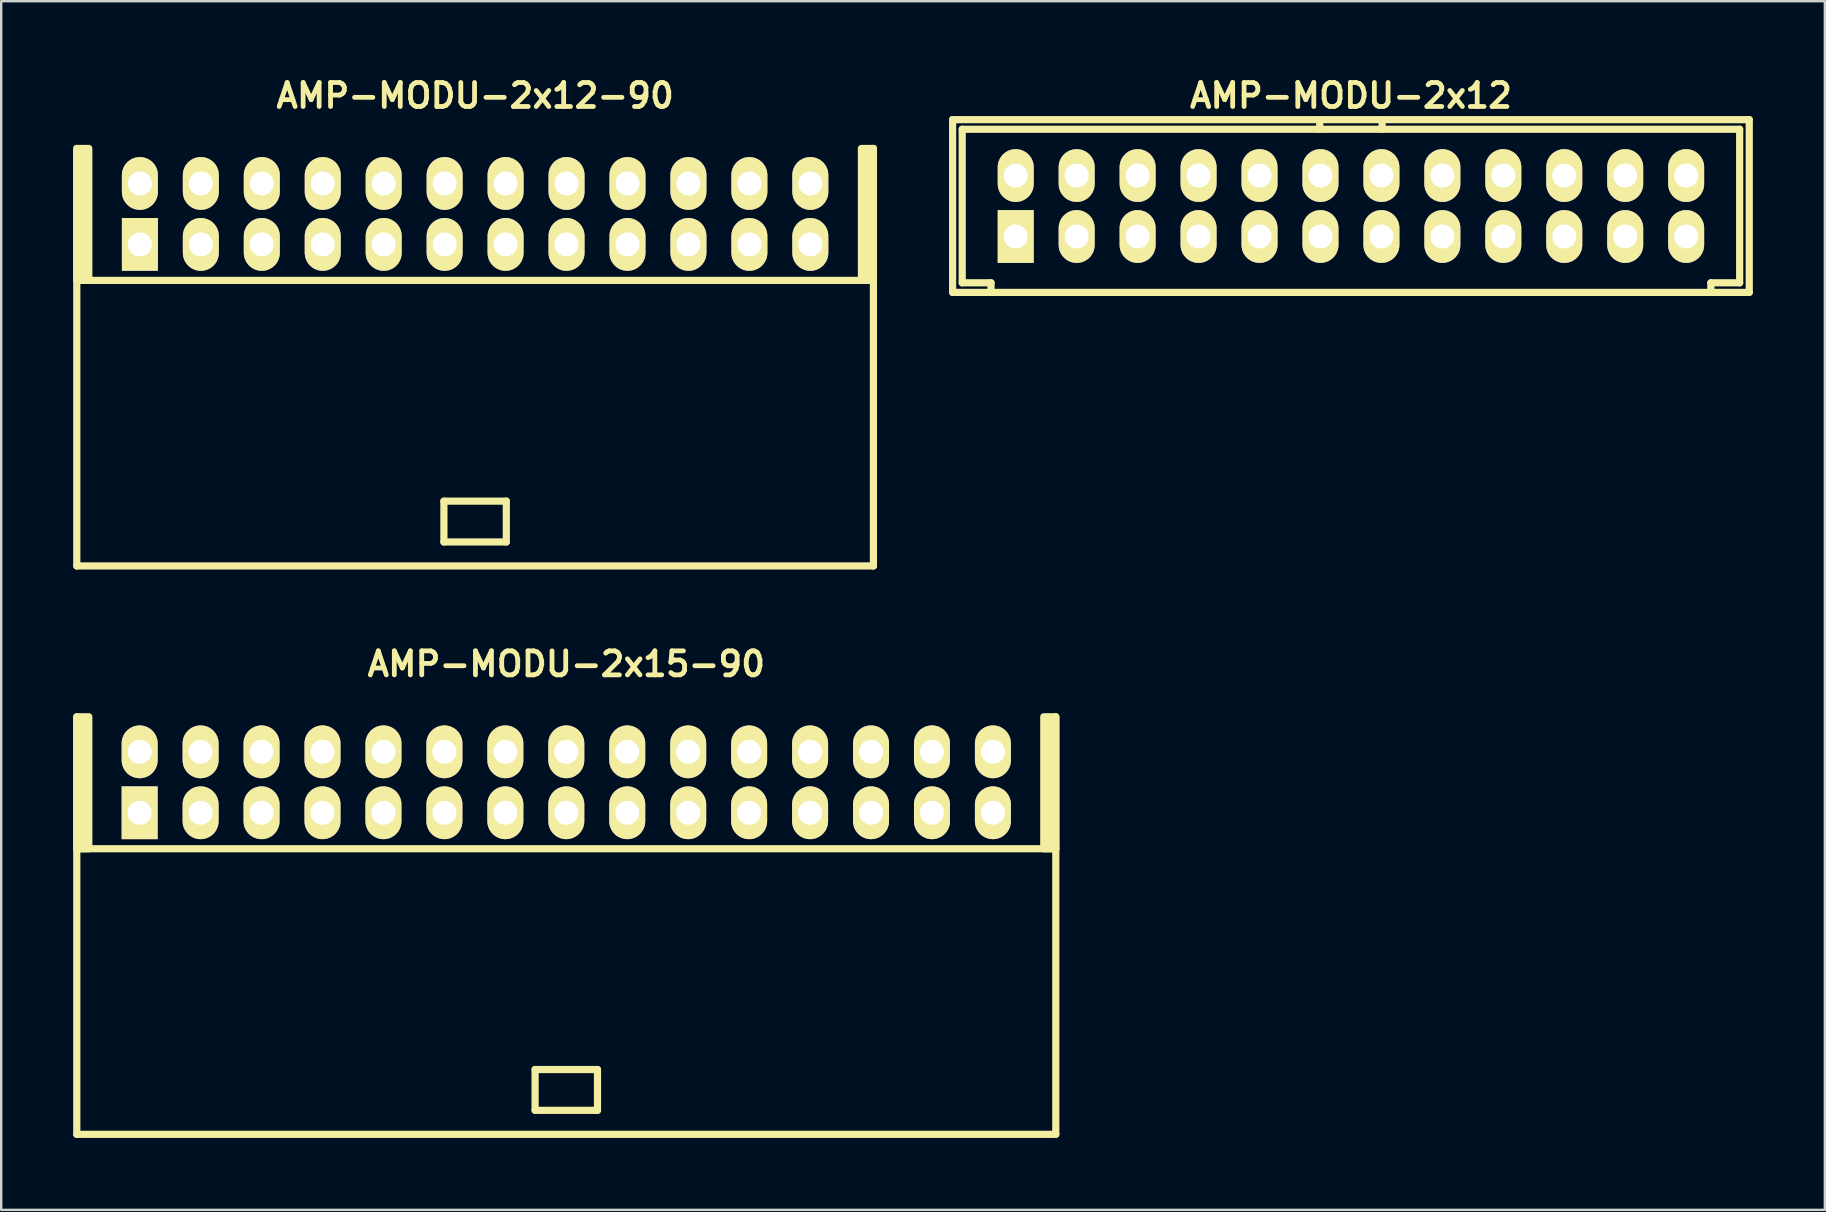
<source format=kicad_pcb>
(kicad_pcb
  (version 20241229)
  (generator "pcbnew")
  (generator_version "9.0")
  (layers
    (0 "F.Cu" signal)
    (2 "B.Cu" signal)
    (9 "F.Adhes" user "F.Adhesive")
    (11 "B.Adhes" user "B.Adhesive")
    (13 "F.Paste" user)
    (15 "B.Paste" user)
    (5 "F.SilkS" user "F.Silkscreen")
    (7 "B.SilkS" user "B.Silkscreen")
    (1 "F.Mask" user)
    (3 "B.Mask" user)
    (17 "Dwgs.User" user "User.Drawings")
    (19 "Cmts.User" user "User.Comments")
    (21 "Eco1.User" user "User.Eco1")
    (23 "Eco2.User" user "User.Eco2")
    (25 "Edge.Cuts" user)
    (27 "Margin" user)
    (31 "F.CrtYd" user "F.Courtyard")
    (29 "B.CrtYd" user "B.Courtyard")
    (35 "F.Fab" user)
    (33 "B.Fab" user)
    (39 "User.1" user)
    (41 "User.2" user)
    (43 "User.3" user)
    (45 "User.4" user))
  (footprint "AMP-MODU-2x12-90"
    (layer "F.Cu")
    (at 16.75 7.136)
    (property "Reference" "AMP-MODU-2x12-90" (at 0 -6.2 0) (layer "F.SilkS") (effects (font (size 1 1) (thickness 0.2))))
    (attr through_hole)
    (fp_line (start -16.6 -4) (end -16.6 13.4) (stroke (width 0.3) (type solid)) (layer "F.SilkS"))
    (fp_line (start -16.6 1.5) (end 16.6 1.5) (stroke (width 0.3) (type solid)) (layer "F.SilkS"))
    (fp_line (start -1.3 10.7) (end -1.3 12.4) (stroke (width 0.3) (type solid)) (layer "F.SilkS"))
    (fp_line (start -1.3 10.7) (end 1.3 10.7) (stroke (width 0.3) (type solid)) (layer "F.SilkS"))
    (fp_line (start -1.3 12.4) (end 1.3 12.4) (stroke (width 0.3) (type solid)) (layer "F.SilkS"))
    (fp_line (start 1.3 10.7) (end 1.3 12.4) (stroke (width 0.3) (type solid)) (layer "F.SilkS"))
    (fp_line (start 16.6 -4) (end 16.6 13.4) (stroke (width 0.3) (type solid)) (layer "F.SilkS"))
    (fp_line (start 16.6 13.4) (end -16.6 13.4) (stroke (width 0.3) (type solid)) (layer "F.SilkS"))
    (fp_poly (pts (xy -16.1 1.5) (xy -16.6 1.5) (xy -16.6 -4) (xy -16.1 -4)) (stroke (width 0.3) (type solid)) (fill yes) (layer "F.SilkS"))
    (fp_poly (pts (xy 16.6 1.5) (xy 16.1 1.5) (xy 16.1 -4) (xy 16.6 -4)) (stroke (width 0.3) (type solid)) (fill yes) (layer "F.SilkS"))
    (pad "1" thru_hole rect (at -13.97 0) (size 1.5 2.2) (drill 1) (layers "*.Cu" "*.Mask" "F.SilkS"))
    (pad "2" thru_hole oval (at -13.97 -2.54) (size 1.5 2.2) (drill 1) (layers "*.Cu" "*.Mask" "F.SilkS"))
    (pad "3" thru_hole oval (at -11.43 0) (size 1.5 2.2) (drill 1) (layers "*.Cu" "*.Mask" "F.SilkS"))
    (pad "4" thru_hole oval (at -11.43 -2.54) (size 1.5 2.2) (drill 1) (layers "*.Cu" "*.Mask" "F.SilkS"))
    (pad "5" thru_hole oval (at -8.89 0) (size 1.5 2.2) (drill 1) (layers "*.Cu" "*.Mask" "F.SilkS"))
    (pad "6" thru_hole oval (at -8.89 -2.54) (size 1.5 2.2) (drill 1) (layers "*.Cu" "*.Mask" "F.SilkS"))
    (pad "7" thru_hole oval (at -6.35 0) (size 1.5 2.2) (drill 1) (layers "*.Cu" "*.Mask" "F.SilkS"))
    (pad "8" thru_hole oval (at -6.35 -2.54) (size 1.5 2.2) (drill 1) (layers "*.Cu" "*.Mask" "F.SilkS"))
    (pad "9" thru_hole oval (at -3.81 0) (size 1.5 2.2) (drill 1) (layers "*.Cu" "*.Mask" "F.SilkS"))
    (pad "10" thru_hole oval (at -3.81 -2.54) (size 1.5 2.2) (drill 1) (layers "*.Cu" "*.Mask" "F.SilkS"))
    (pad "11" thru_hole oval (at -1.27 0) (size 1.5 2.2) (drill 1) (layers "*.Cu" "*.Mask" "F.SilkS"))
    (pad "12" thru_hole oval (at -1.27 -2.54) (size 1.5 2.2) (drill 1) (layers "*.Cu" "*.Mask" "F.SilkS"))
    (pad "13" thru_hole oval (at 1.27 0) (size 1.5 2.2) (drill 1) (layers "*.Cu" "*.Mask" "F.SilkS"))
    (pad "14" thru_hole oval (at 1.27 -2.54) (size 1.5 2.2) (drill 1) (layers "*.Cu" "*.Mask" "F.SilkS"))
    (pad "15" thru_hole oval (at 3.81 0) (size 1.5 2.2) (drill 1) (layers "*.Cu" "*.Mask" "F.SilkS"))
    (pad "16" thru_hole oval (at 3.81 -2.54) (size 1.5 2.2) (drill 1) (layers "*.Cu" "*.Mask" "F.SilkS"))
    (pad "17" thru_hole oval (at 6.35 0) (size 1.5 2.2) (drill 1) (layers "*.Cu" "*.Mask" "F.SilkS"))
    (pad "18" thru_hole oval (at 6.35 -2.54) (size 1.5 2.2) (drill 1) (layers "*.Cu" "*.Mask" "F.SilkS"))
    (pad "19" thru_hole oval (at 8.89 0) (size 1.5 2.2) (drill 1) (layers "*.Cu" "*.Mask" "F.SilkS"))
    (pad "20" thru_hole oval (at 8.89 -2.54) (size 1.5 2.2) (drill 1) (layers "*.Cu" "*.Mask" "F.SilkS"))
    (pad "21" thru_hole oval (at 11.43 0) (size 1.5 2.2) (drill 1) (layers "*.Cu" "*.Mask" "F.SilkS"))
    (pad "22" thru_hole oval (at 11.43 -2.54) (size 1.5 2.2) (drill 1) (layers "*.Cu" "*.Mask" "F.SilkS"))
    (pad "23" thru_hole oval (at 13.97 0) (size 1.5 2.2) (drill 1) (layers "*.Cu" "*.Mask" "F.SilkS"))
    (pad "24" thru_hole oval (at 13.97 -2.54) (size 1.5 2.2) (drill 1) (layers "*.Cu" "*.Mask" "F.SilkS")))
  (footprint "AMP-MODU-2x12"
    (layer "F.Cu")
    (at 53.25 5.536)
    (property "Reference" "AMP-MODU-2x12" (at 0 -4.6 0) (layer "F.SilkS") (effects (font (size 1 1) (thickness 0.2))))
    (attr through_hole)
    (fp_line (start -16.6 -3.6) (end 16.6 -3.6) (stroke (width 0.3) (type solid)) (layer "F.SilkS"))
    (fp_line (start -16.6 3.6) (end -16.6 -3.6) (stroke (width 0.3) (type solid)) (layer "F.SilkS"))
    (fp_line (start -16.2 -3.2) (end -16.2 3.2) (stroke (width 0.3) (type solid)) (layer "F.SilkS"))
    (fp_line (start -15 3.2) (end -16.2 3.2) (stroke (width 0.3) (type solid)) (layer "F.SilkS"))
    (fp_line (start -15 3.2) (end -15 3.6) (stroke (width 0.3) (type solid)) (layer "F.SilkS"))
    (fp_line (start -1.3 -3.2) (end -1.3 -3.6) (stroke (width 0.3) (type solid)) (layer "F.SilkS"))
    (fp_line (start 1.3 -3.6) (end 1.3 -3.2) (stroke (width 0.3) (type solid)) (layer "F.SilkS"))
    (fp_line (start 15 3.6) (end 15 3.2) (stroke (width 0.3) (type solid)) (layer "F.SilkS"))
    (fp_line (start 16.2 -3.2) (end -16.2 -3.2) (stroke (width 0.3) (type solid)) (layer "F.SilkS"))
    (fp_line (start 16.2 3.2) (end 15 3.2) (stroke (width 0.3) (type solid)) (layer "F.SilkS"))
    (fp_line (start 16.2 3.2) (end 16.2 -3.2) (stroke (width 0.3) (type solid)) (layer "F.SilkS"))
    (fp_line (start 16.6 -3.6) (end 16.6 3.6) (stroke (width 0.3) (type solid)) (layer "F.SilkS"))
    (fp_line (start 16.6 3.6) (end -16.6 3.6) (stroke (width 0.3) (type solid)) (layer "F.SilkS"))
    (pad "1" thru_hole rect (at -13.97 1.27) (size 1.5 2.2) (drill 1) (layers "*.Cu" "*.Mask" "F.SilkS"))
    (pad "2" thru_hole oval (at -13.97 -1.27) (size 1.5 2.2) (drill 1) (layers "*.Cu" "*.Mask" "F.SilkS"))
    (pad "3" thru_hole oval (at -11.43 1.27) (size 1.5 2.2) (drill 1) (layers "*.Cu" "*.Mask" "F.SilkS"))
    (pad "4" thru_hole oval (at -11.43 -1.27) (size 1.5 2.2) (drill 1) (layers "*.Cu" "*.Mask" "F.SilkS"))
    (pad "5" thru_hole oval (at -8.89 1.27) (size 1.5 2.2) (drill 1) (layers "*.Cu" "*.Mask" "F.SilkS"))
    (pad "6" thru_hole oval (at -8.89 -1.27) (size 1.5 2.2) (drill 1) (layers "*.Cu" "*.Mask" "F.SilkS"))
    (pad "7" thru_hole oval (at -6.35 1.27) (size 1.5 2.2) (drill 1) (layers "*.Cu" "*.Mask" "F.SilkS"))
    (pad "8" thru_hole oval (at -6.35 -1.27) (size 1.5 2.2) (drill 1) (layers "*.Cu" "*.Mask" "F.SilkS"))
    (pad "9" thru_hole oval (at -3.81 1.27) (size 1.5 2.2) (drill 1) (layers "*.Cu" "*.Mask" "F.SilkS"))
    (pad "10" thru_hole oval (at -3.81 -1.27) (size 1.5 2.2) (drill 1) (layers "*.Cu" "*.Mask" "F.SilkS"))
    (pad "11" thru_hole oval (at -1.27 1.27) (size 1.5 2.2) (drill 1) (layers "*.Cu" "*.Mask" "F.SilkS"))
    (pad "12" thru_hole oval (at -1.27 -1.27) (size 1.5 2.2) (drill 1) (layers "*.Cu" "*.Mask" "F.SilkS"))
    (pad "13" thru_hole oval (at 1.27 1.27) (size 1.5 2.2) (drill 1) (layers "*.Cu" "*.Mask" "F.SilkS"))
    (pad "14" thru_hole oval (at 1.27 -1.27) (size 1.5 2.2) (drill 1) (layers "*.Cu" "*.Mask" "F.SilkS"))
    (pad "15" thru_hole oval (at 3.81 1.27) (size 1.5 2.2) (drill 1) (layers "*.Cu" "*.Mask" "F.SilkS"))
    (pad "16" thru_hole oval (at 3.81 -1.27) (size 1.5 2.2) (drill 1) (layers "*.Cu" "*.Mask" "F.SilkS"))
    (pad "17" thru_hole oval (at 6.35 1.27) (size 1.5 2.2) (drill 1) (layers "*.Cu" "*.Mask" "F.SilkS"))
    (pad "18" thru_hole oval (at 6.35 -1.27) (size 1.5 2.2) (drill 1) (layers "*.Cu" "*.Mask" "F.SilkS"))
    (pad "19" thru_hole oval (at 8.89 1.27) (size 1.5 2.2) (drill 1) (layers "*.Cu" "*.Mask" "F.SilkS"))
    (pad "20" thru_hole oval (at 8.89 -1.27) (size 1.5 2.2) (drill 1) (layers "*.Cu" "*.Mask" "F.SilkS"))
    (pad "21" thru_hole oval (at 11.43 1.27) (size 1.5 2.2) (drill 1) (layers "*.Cu" "*.Mask" "F.SilkS"))
    (pad "22" thru_hole oval (at 11.43 -1.27) (size 1.5 2.2) (drill 1) (layers "*.Cu" "*.Mask" "F.SilkS"))
    (pad "23" thru_hole oval (at 13.97 1.27) (size 1.5 2.2) (drill 1) (layers "*.Cu" "*.Mask" "F.SilkS"))
    (pad "24" thru_hole oval (at 13.97 -1.27) (size 1.5 2.2) (drill 1) (layers "*.Cu" "*.Mask" "F.SilkS")))
  (footprint "AMP-MODU-2x15-90"
    (layer "F.Cu")
    (at 20.55 30.822)
    (property "Reference" "AMP-MODU-2x15-90" (at 0 -6.2 0) (layer "F.SilkS") (effects (font (size 1 1) (thickness 0.2))))
    (attr through_hole)
    (fp_line (start -20.4 -4) (end -20.4 13.4) (stroke (width 0.3) (type solid)) (layer "F.SilkS"))
    (fp_line (start -20.4 1.5) (end 20.4 1.5) (stroke (width 0.3) (type solid)) (layer "F.SilkS"))
    (fp_line (start -1.3 10.7) (end -1.3 12.4) (stroke (width 0.3) (type solid)) (layer "F.SilkS"))
    (fp_line (start -1.3 10.7) (end 1.3 10.7) (stroke (width 0.3) (type solid)) (layer "F.SilkS"))
    (fp_line (start -1.3 12.4) (end 1.3 12.4) (stroke (width 0.3) (type solid)) (layer "F.SilkS"))
    (fp_line (start 1.3 10.7) (end 1.3 12.4) (stroke (width 0.3) (type solid)) (layer "F.SilkS"))
    (fp_line (start 20.4 -4) (end 20.4 13.4) (stroke (width 0.3) (type solid)) (layer "F.SilkS"))
    (fp_line (start 20.4 13.4) (end -20.4 13.4) (stroke (width 0.3) (type solid)) (layer "F.SilkS"))
    (fp_poly (pts (xy -19.9 1.5) (xy -20.4 1.5) (xy -20.4 -4) (xy -19.9 -4)) (stroke (width 0.3) (type solid)) (fill yes) (layer "F.SilkS"))
    (fp_poly (pts (xy 20.4 1.5) (xy 19.9 1.5) (xy 19.9 -4) (xy 20.4 -4)) (stroke (width 0.3) (type solid)) (fill yes) (layer "F.SilkS"))
    (pad "1" thru_hole rect (at -17.78 0) (size 1.5 2.2) (drill 1) (layers "*.Cu" "*.Mask" "F.SilkS"))
    (pad "2" thru_hole oval (at -17.78 -2.54) (size 1.5 2.2) (drill 1) (layers "*.Cu" "*.Mask" "F.SilkS"))
    (pad "3" thru_hole oval (at -15.24 0) (size 1.5 2.2) (drill 1) (layers "*.Cu" "*.Mask" "F.SilkS"))
    (pad "4" thru_hole oval (at -15.24 -2.54) (size 1.5 2.2) (drill 1) (layers "*.Cu" "*.Mask" "F.SilkS"))
    (pad "5" thru_hole oval (at -12.7 0) (size 1.5 2.2) (drill 1) (layers "*.Cu" "*.Mask" "F.SilkS"))
    (pad "6" thru_hole oval (at -12.7 -2.54) (size 1.5 2.2) (drill 1) (layers "*.Cu" "*.Mask" "F.SilkS"))
    (pad "7" thru_hole oval (at -10.16 0) (size 1.5 2.2) (drill 1) (layers "*.Cu" "*.Mask" "F.SilkS"))
    (pad "8" thru_hole oval (at -10.16 -2.54) (size 1.5 2.2) (drill 1) (layers "*.Cu" "*.Mask" "F.SilkS"))
    (pad "9" thru_hole oval (at -7.62 0) (size 1.5 2.2) (drill 1) (layers "*.Cu" "*.Mask" "F.SilkS"))
    (pad "10" thru_hole oval (at -7.62 -2.54) (size 1.5 2.2) (drill 1) (layers "*.Cu" "*.Mask" "F.SilkS"))
    (pad "11" thru_hole oval (at -5.08 0) (size 1.5 2.2) (drill 1) (layers "*.Cu" "*.Mask" "F.SilkS"))
    (pad "12" thru_hole oval (at -5.08 -2.54) (size 1.5 2.2) (drill 1) (layers "*.Cu" "*.Mask" "F.SilkS"))
    (pad "13" thru_hole oval (at -2.54 0) (size 1.5 2.2) (drill 1) (layers "*.Cu" "*.Mask" "F.SilkS"))
    (pad "14" thru_hole oval (at -2.54 -2.54) (size 1.5 2.2) (drill 1) (layers "*.Cu" "*.Mask" "F.SilkS"))
    (pad "15" thru_hole oval (at 0 0) (size 1.5 2.2) (drill 1) (layers "*.Cu" "*.Mask" "F.SilkS"))
    (pad "16" thru_hole oval (at 0 -2.54) (size 1.5 2.2) (drill 1) (layers "*.Cu" "*.Mask" "F.SilkS"))
    (pad "17" thru_hole oval (at 2.54 0) (size 1.5 2.2) (drill 1) (layers "*.Cu" "*.Mask" "F.SilkS"))
    (pad "18" thru_hole oval (at 2.54 -2.54) (size 1.5 2.2) (drill 1) (layers "*.Cu" "*.Mask" "F.SilkS"))
    (pad "19" thru_hole oval (at 5.08 0) (size 1.5 2.2) (drill 1) (layers "*.Cu" "*.Mask" "F.SilkS"))
    (pad "20" thru_hole oval (at 5.08 -2.54) (size 1.5 2.2) (drill 1) (layers "*.Cu" "*.Mask" "F.SilkS"))
    (pad "21" thru_hole oval (at 7.62 0) (size 1.5 2.2) (drill 1) (layers "*.Cu" "*.Mask" "F.SilkS"))
    (pad "22" thru_hole oval (at 7.62 -2.54) (size 1.5 2.2) (drill 1) (layers "*.Cu" "*.Mask" "F.SilkS"))
    (pad "23" thru_hole oval (at 10.16 0) (size 1.5 2.2) (drill 1) (layers "*.Cu" "*.Mask" "F.SilkS"))
    (pad "24" thru_hole oval (at 10.16 -2.54) (size 1.5 2.2) (drill 1) (layers "*.Cu" "*.Mask" "F.SilkS"))
    (pad "25" thru_hole oval (at 12.7 0) (size 1.5 2.2) (drill 1) (layers "*.Cu" "*.Mask" "F.SilkS"))
    (pad "26" thru_hole oval (at 12.7 -2.54) (size 1.5 2.2) (drill 1) (layers "*.Cu" "*.Mask" "F.SilkS"))
    (pad "27" thru_hole oval (at 15.24 0) (size 1.5 2.2) (drill 1) (layers "*.Cu" "*.Mask" "F.SilkS"))
    (pad "28" thru_hole oval (at 15.24 -2.54) (size 1.5 2.2) (drill 1) (layers "*.Cu" "*.Mask" "F.SilkS"))
    (pad "29" thru_hole oval (at 17.78 0) (size 1.5 2.2) (drill 1) (layers "*.Cu" "*.Mask" "F.SilkS"))
    (pad "30" thru_hole oval (at 17.78 -2.54) (size 1.5 2.2) (drill 1) (layers "*.Cu" "*.Mask" "F.SilkS")))
  (gr_rect
    (start -3 -3)
    (end 73 47.372)
    (stroke (width 0.1) (type default))
    (fill no)
    (layer "Edge.Cuts")))
</source>
